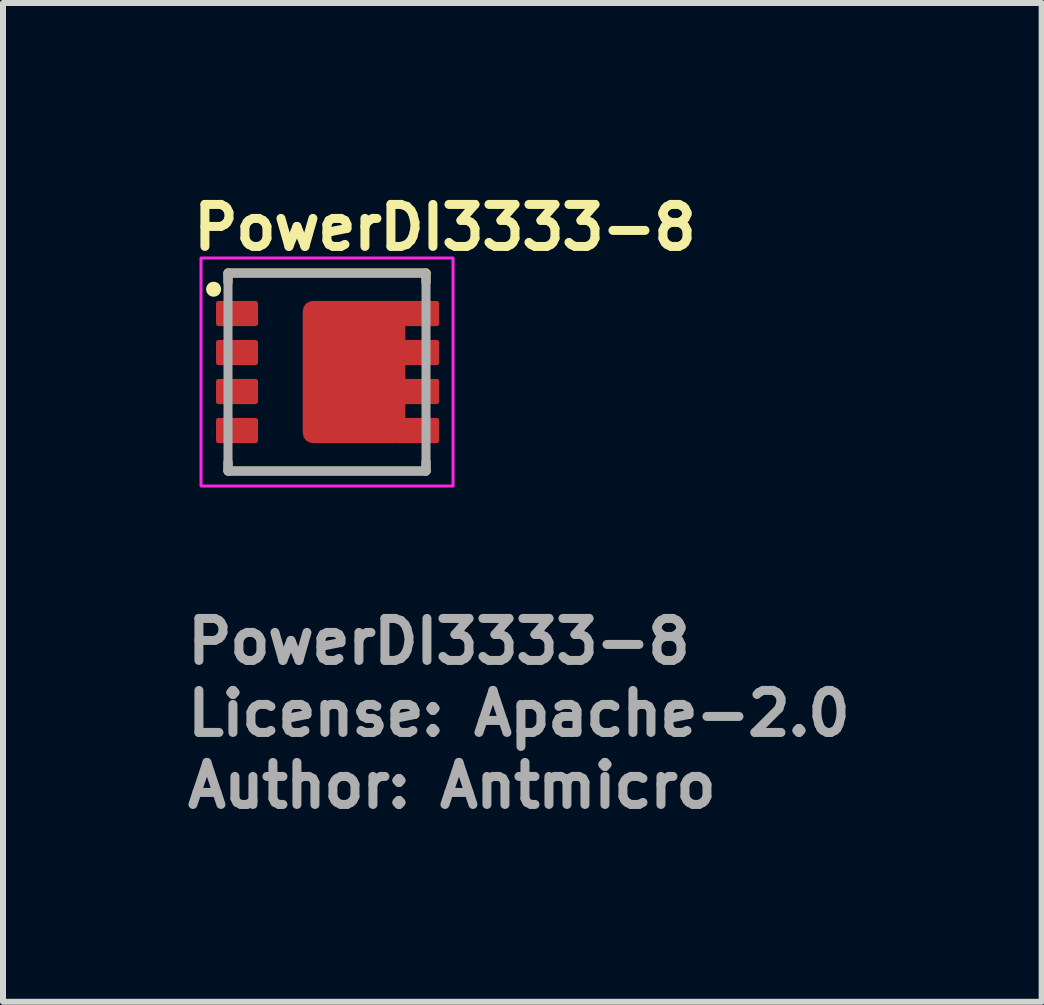
<source format=kicad_pcb>
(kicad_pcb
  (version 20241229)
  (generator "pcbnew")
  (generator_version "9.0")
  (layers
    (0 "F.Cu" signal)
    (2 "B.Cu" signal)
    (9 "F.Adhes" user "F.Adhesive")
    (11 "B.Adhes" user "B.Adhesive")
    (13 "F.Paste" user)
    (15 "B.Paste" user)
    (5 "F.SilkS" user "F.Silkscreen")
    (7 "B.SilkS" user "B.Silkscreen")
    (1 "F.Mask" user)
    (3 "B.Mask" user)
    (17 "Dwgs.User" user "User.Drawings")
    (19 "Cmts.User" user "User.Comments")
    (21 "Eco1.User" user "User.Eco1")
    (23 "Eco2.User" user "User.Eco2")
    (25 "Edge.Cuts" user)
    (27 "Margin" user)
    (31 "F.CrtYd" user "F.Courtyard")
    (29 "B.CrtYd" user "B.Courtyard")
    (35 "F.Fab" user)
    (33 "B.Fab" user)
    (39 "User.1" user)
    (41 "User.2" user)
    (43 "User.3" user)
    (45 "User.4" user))
  (footprint "PowerDI3333-8"
    (layer "F.Cu")
    (at 2.4 3.15)
    (property "Reference" "PowerDI3333-8" (at -2.3 -2 0) (layer "F.SilkS") (effects (font (size 0.7 0.7) (thickness 0.15)) (justify left bottom)))
    (attr smd)
    (fp_line (start -1.65 -1.65) (end -1.65 -1.498) (stroke (width 0.15) (type solid)) (layer "F.SilkS"))
    (fp_line (start -1.65 1.65) (end -1.65 1.498) (stroke (width 0.15) (type solid)) (layer "F.SilkS"))
    (fp_line (start -1.65 1.65) (end 1.65 1.65) (stroke (width 0.15) (type solid)) (layer "F.SilkS"))
    (fp_line (start 1.65 -1.65) (end -1.65 -1.65) (stroke (width 0.15) (type solid)) (layer "F.SilkS"))
    (fp_line (start 1.65 -1.65) (end 1.65 -1.498) (stroke (width 0.15) (type solid)) (layer "F.SilkS"))
    (fp_line (start 1.65 1.65) (end 1.65 1.498) (stroke (width 0.15) (type solid)) (layer "F.SilkS"))
    (fp_circle (center -1.89 -1.38) (end -1.84 -1.38) (stroke (width 0.15) (type solid)) (fill yes) (layer "F.SilkS"))
    (fp_rect (start -2.1 -1.9) (end 2.1 1.9) (stroke (width 0.05) (type solid)) (fill no) (layer "F.CrtYd"))
    (fp_rect (start -1.65 -1.65) (end 1.65 1.65) (stroke (width 0.15) (type solid)) (fill no) (layer "F.Fab"))
    (fp_rect (start -1.65 -1.65) (end 1.65 1.65) (stroke (width 0.1) (type solid)) (fill no) (layer "User.5"))
    (fp_line (start -1.65 -1.65) (end -1.65 1.65) (stroke (width 0.02) (type solid)) (layer "User.9"))
    (fp_line (start -1.65 1.65) (end 1.65 1.65) (stroke (width 0.02) (type solid)) (layer "User.9"))
    (fp_line (start -1.45 -1.35) (end -1.447 -1.324) (stroke (width 0.02) (type solid)) (layer "User.9"))
    (fp_line (start -1.45 -1.35) (end -1.447 -1.324) (stroke (width 0.02) (type solid)) (layer "User.9"))
    (fp_line (start -1.447 -1.376) (end -1.45 -1.35) (stroke (width 0.02) (type solid)) (layer "User.9"))
    (fp_line (start -1.447 -1.376) (end -1.45 -1.35) (stroke (width 0.02) (type solid)) (layer "User.9"))
    (fp_line (start -1.447 -1.324) (end -1.437 -1.3) (stroke (width 0.02) (type solid)) (layer "User.9"))
    (fp_line (start -1.447 -1.324) (end -1.437 -1.3) (stroke (width 0.02) (type solid)) (layer "User.9"))
    (fp_line (start -1.437 -1.4) (end -1.447 -1.376) (stroke (width 0.02) (type solid)) (layer "User.9"))
    (fp_line (start -1.437 -1.4) (end -1.447 -1.376) (stroke (width 0.02) (type solid)) (layer "User.9"))
    (fp_line (start -1.437 -1.3) (end -1.421 -1.279) (stroke (width 0.02) (type solid)) (layer "User.9"))
    (fp_line (start -1.437 -1.3) (end -1.421 -1.279) (stroke (width 0.02) (type solid)) (layer "User.9"))
    (fp_line (start -1.421 -1.421) (end -1.437 -1.4) (stroke (width 0.02) (type solid)) (layer "User.9"))
    (fp_line (start -1.421 -1.421) (end -1.437 -1.4) (stroke (width 0.02) (type solid)) (layer "User.9"))
    (fp_line (start -1.421 -1.279) (end -1.4 -1.263) (stroke (width 0.02) (type solid)) (layer "User.9"))
    (fp_line (start -1.421 -1.279) (end -1.4 -1.263) (stroke (width 0.02) (type solid)) (layer "User.9"))
    (fp_line (start -1.4 -1.437) (end -1.421 -1.421) (stroke (width 0.02) (type solid)) (layer "User.9"))
    (fp_line (start -1.4 -1.437) (end -1.421 -1.421) (stroke (width 0.02) (type solid)) (layer "User.9"))
    (fp_line (start -1.4 -1.263) (end -1.376 -1.253) (stroke (width 0.02) (type solid)) (layer "User.9"))
    (fp_line (start -1.4 -1.263) (end -1.376 -1.253) (stroke (width 0.02) (type solid)) (layer "User.9"))
    (fp_line (start -1.376 -1.447) (end -1.4 -1.437) (stroke (width 0.02) (type solid)) (layer "User.9"))
    (fp_line (start -1.376 -1.447) (end -1.4 -1.437) (stroke (width 0.02) (type solid)) (layer "User.9"))
    (fp_line (start -1.376 -1.253) (end -1.35 -1.25) (stroke (width 0.02) (type solid)) (layer "User.9"))
    (fp_line (start -1.376 -1.253) (end -1.35 -1.25) (stroke (width 0.02) (type solid)) (layer "User.9"))
    (fp_line (start -1.35 -1.45) (end -1.376 -1.447) (stroke (width 0.02) (type solid)) (layer "User.9"))
    (fp_line (start -1.35 -1.45) (end -1.376 -1.447) (stroke (width 0.02) (type solid)) (layer "User.9"))
    (fp_line (start -1.35 -1.25) (end -1.324 -1.253) (stroke (width 0.02) (type solid)) (layer "User.9"))
    (fp_line (start -1.35 -1.25) (end -1.324 -1.253) (stroke (width 0.02) (type solid)) (layer "User.9"))
    (fp_line (start -1.324 -1.447) (end -1.35 -1.45) (stroke (width 0.02) (type solid)) (layer "User.9"))
    (fp_line (start -1.324 -1.447) (end -1.35 -1.45) (stroke (width 0.02) (type solid)) (layer "User.9"))
    (fp_line (start -1.324 -1.253) (end -1.3 -1.263) (stroke (width 0.02) (type solid)) (layer "User.9"))
    (fp_line (start -1.324 -1.253) (end -1.3 -1.263) (stroke (width 0.02) (type solid)) (layer "User.9"))
    (fp_line (start -1.3 -1.437) (end -1.324 -1.447) (stroke (width 0.02) (type solid)) (layer "User.9"))
    (fp_line (start -1.3 -1.437) (end -1.324 -1.447) (stroke (width 0.02) (type solid)) (layer "User.9"))
    (fp_line (start -1.3 -1.263) (end -1.279 -1.279) (stroke (width 0.02) (type solid)) (layer "User.9"))
    (fp_line (start -1.3 -1.263) (end -1.279 -1.279) (stroke (width 0.02) (type solid)) (layer "User.9"))
    (fp_line (start -1.279 -1.421) (end -1.3 -1.437) (stroke (width 0.02) (type solid)) (layer "User.9"))
    (fp_line (start -1.279 -1.421) (end -1.3 -1.437) (stroke (width 0.02) (type solid)) (layer "User.9"))
    (fp_line (start -1.279 -1.279) (end -1.263 -1.3) (stroke (width 0.02) (type solid)) (layer "User.9"))
    (fp_line (start -1.279 -1.279) (end -1.263 -1.3) (stroke (width 0.02) (type solid)) (layer "User.9"))
    (fp_line (start -1.263 -1.4) (end -1.279 -1.421) (stroke (width 0.02) (type solid)) (layer "User.9"))
    (fp_line (start -1.263 -1.4) (end -1.279 -1.421) (stroke (width 0.02) (type solid)) (layer "User.9"))
    (fp_line (start -1.263 -1.3) (end -1.253 -1.324) (stroke (width 0.02) (type solid)) (layer "User.9"))
    (fp_line (start -1.263 -1.3) (end -1.253 -1.324) (stroke (width 0.02) (type solid)) (layer "User.9"))
    (fp_line (start -1.253 -1.376) (end -1.263 -1.4) (stroke (width 0.02) (type solid)) (layer "User.9"))
    (fp_line (start -1.253 -1.376) (end -1.263 -1.4) (stroke (width 0.02) (type solid)) (layer "User.9"))
    (fp_line (start -1.253 -1.324) (end -1.25 -1.35) (stroke (width 0.02) (type solid)) (layer "User.9"))
    (fp_line (start -1.253 -1.324) (end -1.25 -1.35) (stroke (width 0.02) (type solid)) (layer "User.9"))
    (fp_line (start -1.25 -1.35) (end -1.253 -1.376) (stroke (width 0.02) (type solid)) (layer "User.9"))
    (fp_line (start -1.25 -1.35) (end -1.253 -1.376) (stroke (width 0.02) (type solid)) (layer "User.9"))
    (fp_line (start 1.65 -1.65) (end -1.65 -1.65) (stroke (width 0.02) (type solid)) (layer "User.9"))
    (fp_line (start 1.65 1.65) (end 1.65 -1.65) (stroke (width 0.02) (type solid)) (layer "User.9"))
    (fp_text user "${REFERENCE}" (at -2.4 4.9 0) (layer "F.Fab") (effects (font (size 0.7 0.7) (thickness 0.15)) (justify left bottom)))
    (fp_text user "License: Apache-2.0" (at -2.4 6.1 0) (layer "F.Fab") (effects (font (size 0.7 0.7) (thickness 0.15)) (justify left bottom)))
    (fp_text user "Author: Antmicro" (at -2.4 7.3 0) (layer "F.Fab") (effects (font (size 0.7 0.7) (thickness 0.15)) (justify left bottom)))
    (pad "1" smd roundrect (at -1.5 -0.975) (size 0.7 0.42) (layers "F.Cu" "F.Mask" "F.Paste") (roundrect_rratio 0.1))
    (pad "2" smd roundrect (at -1.5 -0.325) (size 0.7 0.42) (layers "F.Cu" "F.Mask" "F.Paste") (roundrect_rratio 0.1))
    (pad "3" smd roundrect (at -1.5 0.325) (size 0.7 0.42) (layers "F.Cu" "F.Mask" "F.Paste") (roundrect_rratio 0.1))
    (pad "4" smd roundrect (at -1.5 0.975) (size 0.7 0.42) (layers "F.Cu" "F.Mask" "F.Paste") (roundrect_rratio 0.1))
    (pad "5" smd roundrect (at 0.45 0) (size 1.71 2.37) (layers "F.Cu" "F.Mask" "F.Paste") (roundrect_rratio 0.1))
    (pad "5" smd roundrect (at 1.5 -0.975) (size 0.74 0.42) (layers "F.Cu" "F.Mask" "F.Paste") (roundrect_rratio 0.1))
    (pad "5" smd roundrect (at 1.5 -0.325) (size 0.74 0.42) (layers "F.Cu" "F.Mask" "F.Paste") (roundrect_rratio 0.1))
    (pad "5" smd roundrect (at 1.5 0.325) (size 0.74 0.42) (layers "F.Cu" "F.Mask" "F.Paste") (roundrect_rratio 0.1))
    (pad "5" smd roundrect (at 1.5 0.975) (size 0.74 0.42) (layers "F.Cu" "F.Mask" "F.Paste") (roundrect_rratio 0.1)))
  (gr_rect
    (start -3 -3)
    (end 14.31 13.646)
    (stroke (width 0.1) (type default))
    (fill no)
    (layer "Edge.Cuts")))
</source>
